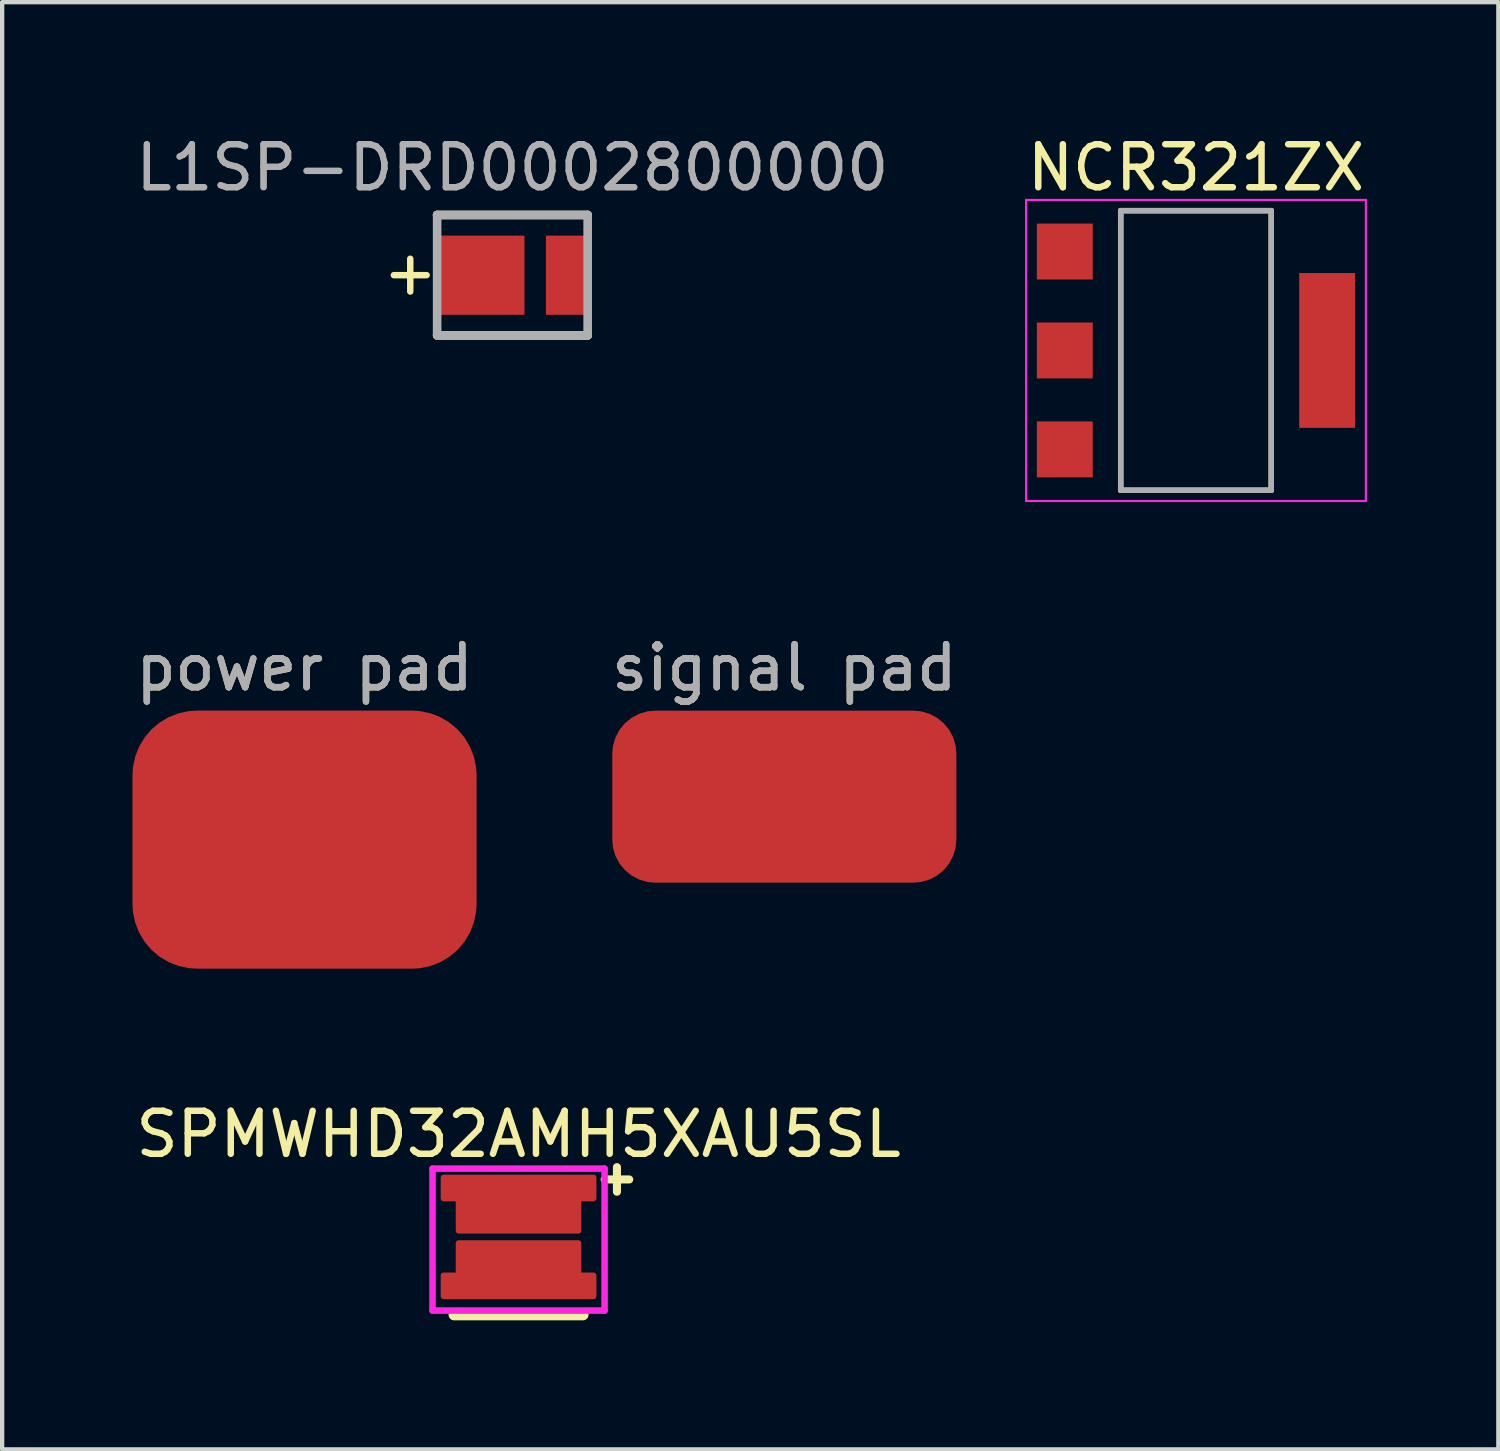
<source format=kicad_pcb>
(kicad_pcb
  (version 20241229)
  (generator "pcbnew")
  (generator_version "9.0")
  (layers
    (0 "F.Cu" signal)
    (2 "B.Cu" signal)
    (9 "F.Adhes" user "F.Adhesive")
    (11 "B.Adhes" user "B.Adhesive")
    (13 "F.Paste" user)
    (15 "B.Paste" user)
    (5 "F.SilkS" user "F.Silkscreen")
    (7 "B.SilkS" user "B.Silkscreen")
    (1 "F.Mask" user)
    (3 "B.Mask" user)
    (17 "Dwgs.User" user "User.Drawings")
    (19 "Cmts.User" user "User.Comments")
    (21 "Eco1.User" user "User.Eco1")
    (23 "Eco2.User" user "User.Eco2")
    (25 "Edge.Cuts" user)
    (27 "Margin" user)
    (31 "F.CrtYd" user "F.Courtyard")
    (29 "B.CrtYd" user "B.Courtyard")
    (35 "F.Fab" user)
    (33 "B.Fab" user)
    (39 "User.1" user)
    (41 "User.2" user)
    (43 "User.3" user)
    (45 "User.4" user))
  (footprint "signal pad"
    (layer "F.Cu")
    (at 15.185 15.472)
    (property "Reference" "signal pad" (at 0 -3 0) (unlocked yes) (layer "F.SilkS") (effects (font (size 1 1) (thickness 0.15))))
    (attr smd)
    (fp_text user "${REFERENCE}" (at 0 -3 0) (unlocked yes) (layer "F.Fab") (effects (font (size 1 1) (thickness 0.15))))
    (pad "1" smd roundrect (at 0 0) (size 8 4) (layers "F.Cu" "F.Mask" "F.Paste") (roundrect_rratio 0.25)))
  (footprint "L1SP-DRD0002800000"
    (layer "F.Cu")
    (at 8.863 3.348)
    (property "Reference" "L1SP-DRD0002800000" (at 0 -2.5 0) (layer "F.SilkS") (effects (font (size 1 1) (thickness 0.13))))
    (attr smd)
    (fp_line (start -1.75 -1.4) (end 1.75 -1.4) (stroke (width 0.2) (type solid)) (layer "F.SilkS"))
    (fp_line (start 1.75 1.4) (end -1.75 1.4) (stroke (width 0.2) (type solid)) (layer "F.SilkS"))
    (fp_line (start -1.75 -1.4) (end 1.75 -1.4) (stroke (width 0.2) (type solid)) (layer "F.Fab"))
    (fp_line (start -1.75 1.4) (end -1.75 -1.4) (stroke (width 0.2) (type solid)) (layer "F.Fab"))
    (fp_line (start 1.75 -1.4) (end 1.75 1.4) (stroke (width 0.2) (type solid)) (layer "F.Fab"))
    (fp_line (start 1.75 1.4) (end -1.75 1.4) (stroke (width 0.2) (type solid)) (layer "F.Fab"))
    (fp_text user "+" (at -2.375 -0.075 0) (unlocked yes) (layer "F.SilkS") (effects (font (size 1 1) (thickness 0.15))))
    (fp_text user "${REFERENCE}" (at 0 -2.5 0) (layer "F.Fab") (effects (font (size 1 1) (thickness 0.15))))
    (pad "1" smd rect (at 1.265 0) (size 0.97 1.84) (layers "F.Cu" "F.Mask" "F.Paste"))
    (pad "2" smd rect (at -0.735 0 90) (size 1.84 2.03) (layers "F.Cu" "F.Mask" "F.Paste")))
  (footprint "SPMWHD32AMH5XAU5SL"
    (layer "F.Cu")
    (at 9.006 25.72)
    (property "Reference" "SPMWHD32AMH5XAU5SL" (at 0 -2.4 0) (layer "F.SilkS") (effects (font (size 1 1) (thickness 0.15))))
    (attr through_hole)
    (fp_line (start -1.5 1.8) (end 1.5 1.8) (stroke (width 0.254) (type solid)) (layer "F.SilkS"))
    (fp_line (start -2 -1.6) (end 2 -1.6) (stroke (width 0.152) (type solid)) (layer "F.CrtYd"))
    (fp_line (start -2 1.7) (end -2 -1.6) (stroke (width 0.152) (type solid)) (layer "F.CrtYd"))
    (fp_line (start 2 -1.6) (end 2 1.7) (stroke (width 0.152) (type solid)) (layer "F.CrtYd"))
    (fp_line (start 2 1.7) (end -2 1.7) (stroke (width 0.152) (type solid)) (layer "F.CrtYd"))
    (fp_text user "+" (at 1.7 -1.4 0) (layer "F.SilkS") (effects (font (size 0.75 0.75) (thickness 0.203)) (justify left)))
    (pad "1" smd custom (at 0 -0.775) (size 0.102 0.102) (layers "F.Cu" "F.Mask" "F.Paste") (options (anchor circle)) (primitives (gr_poly (pts (xy 1.75 -0.125) (xy 1.4 -0.125) (xy 1.4 0.625) (xy -1.4 0.625) (xy -1.4 -0.125) (xy -1.75 -0.125) (xy -1.75 -0.625) (xy 1.75 -0.625)) (width 0.12) (fill yes))))
    (pad "2" smd custom (at 0 0.75 180) (size 0.102 0.102) (layers "F.Cu" "F.Mask" "F.Paste") (options (anchor circle)) (primitives (gr_poly (pts (xy 1.75 -0.125) (xy 1.4 -0.125) (xy 1.4 0.625) (xy -1.4 0.625) (xy -1.4 -0.125) (xy -1.75 -0.125) (xy -1.75 -0.625) (xy 1.75 -0.625)) (width 0.12) (fill yes)))))
  (footprint "NCR321ZX"
    (layer "F.Cu")
    (at 24.756 5.098)
    (property "Reference" "NCR321ZX" (at 0 -4.25 0) (layer "F.SilkS") (effects (font (size 1 1) (thickness 0.15))))
    (attr smd)
    (fp_poly (pts (xy -3.7 -2.95) (xy -2.4 -2.95) (xy -2.4 -1.65) (xy -3.7 -1.65)) (stroke (width 0.01) (type solid)) (fill yes) (layer "F.Mask"))
    (fp_poly (pts (xy -3.7 -0.65) (xy -2.4 -0.65) (xy -2.4 0.65) (xy -3.7 0.65)) (stroke (width 0.01) (type solid)) (fill yes) (layer "F.Mask"))
    (fp_poly (pts (xy -3.7 1.65) (xy -2.4 1.65) (xy -2.4 2.95) (xy -3.7 2.95)) (stroke (width 0.01) (type solid)) (fill yes) (layer "F.Mask"))
    (fp_poly (pts (xy 2.4 -1.8) (xy 3.7 -1.8) (xy 3.7 1.8) (xy 2.4 1.8)) (stroke (width 0.01) (type solid)) (fill yes) (layer "F.Mask"))
    (fp_line (start -1.75 -3.25) (end 1.75 -3.25) (stroke (width 0.127) (type solid)) (layer "F.SilkS"))
    (fp_line (start -1.75 3.25) (end -1.75 -3.25) (stroke (width 0.127) (type solid)) (layer "F.SilkS"))
    (fp_line (start 1.75 -3.25) (end 1.75 3.25) (stroke (width 0.127) (type solid)) (layer "F.SilkS"))
    (fp_line (start 1.75 3.25) (end -1.75 3.25) (stroke (width 0.127) (type solid)) (layer "F.SilkS"))
    (fp_poly (pts (xy -3.65 -2.9) (xy -2.45 -2.9) (xy -2.45 -1.7) (xy -3.65 -1.7)) (stroke (width 0.01) (type solid)) (fill yes) (layer "F.Paste"))
    (fp_poly (pts (xy -3.65 -0.6) (xy -2.45 -0.6) (xy -2.45 0.6) (xy -3.65 0.6)) (stroke (width 0.01) (type solid)) (fill yes) (layer "F.Paste"))
    (fp_poly (pts (xy -3.65 1.7) (xy -2.45 1.7) (xy -2.45 2.9) (xy -3.65 2.9)) (stroke (width 0.01) (type solid)) (fill yes) (layer "F.Paste"))
    (fp_poly (pts (xy 2.45 -1.75) (xy 3.65 -1.75) (xy 3.65 -0.15) (xy 2.45 -0.15)) (stroke (width 0.01) (type solid)) (fill yes) (layer "F.Paste"))
    (fp_poly (pts (xy 2.45 0.15) (xy 3.65 0.15) (xy 3.65 1.75) (xy 2.45 1.75)) (stroke (width 0.01) (type solid)) (fill yes) (layer "F.Paste"))
    (fp_line (start -3.95 -3.5) (end 3.95 -3.5) (stroke (width 0.05) (type solid)) (layer "F.CrtYd"))
    (fp_line (start -3.95 3.5) (end -3.95 -3.5) (stroke (width 0.05) (type solid)) (layer "F.CrtYd"))
    (fp_line (start 3.95 -3.5) (end 3.95 3.5) (stroke (width 0.05) (type solid)) (layer "F.CrtYd"))
    (fp_line (start 3.95 3.5) (end -3.95 3.5) (stroke (width 0.05) (type solid)) (layer "F.CrtYd"))
    (fp_line (start -1.75 -3.25) (end 1.75 -3.25) (stroke (width 0.127) (type solid)) (layer "F.Fab"))
    (fp_line (start -1.75 3.25) (end -1.75 -3.25) (stroke (width 0.127) (type solid)) (layer "F.Fab"))
    (fp_line (start 1.75 -3.25) (end 1.75 3.25) (stroke (width 0.127) (type solid)) (layer "F.Fab"))
    (fp_line (start 1.75 3.25) (end -1.75 3.25) (stroke (width 0.127) (type solid)) (layer "F.Fab"))
    (pad "1" smd rect (at -3.05 -2.3) (size 1.3 1.3) (layers "F.Cu"))
    (pad "2" smd rect (at -3.05 0) (size 1.3 1.3) (layers "F.Cu"))
    (pad "3" smd rect (at -3.05 2.3) (size 1.3 1.3) (layers "F.Cu"))
    (pad "4" smd rect (at 3.05 0) (size 1.3 3.6) (layers "F.Cu")))
  (footprint "power pad"
    (layer "F.Cu")
    (at 4.03 16.471)
    (property "Reference" "power pad" (at 0 -4 0) (unlocked yes) (layer "F.SilkS") (effects (font (size 1 1) (thickness 0.15))))
    (attr smd)
    (fp_text user "${REFERENCE}" (at 0 -4 0) (unlocked yes) (layer "F.Fab") (effects (font (size 1 1) (thickness 0.15))))
    (pad "1" smd roundrect (at 0 0) (size 8 6) (layers "F.Cu" "F.Mask" "F.Paste") (roundrect_rratio 0.25)))
  (gr_rect
    (start -3 -3)
    (end 31.786 30.647)
    (stroke (width 0.1) (type default))
    (fill no)
    (layer "Edge.Cuts")))
</source>
